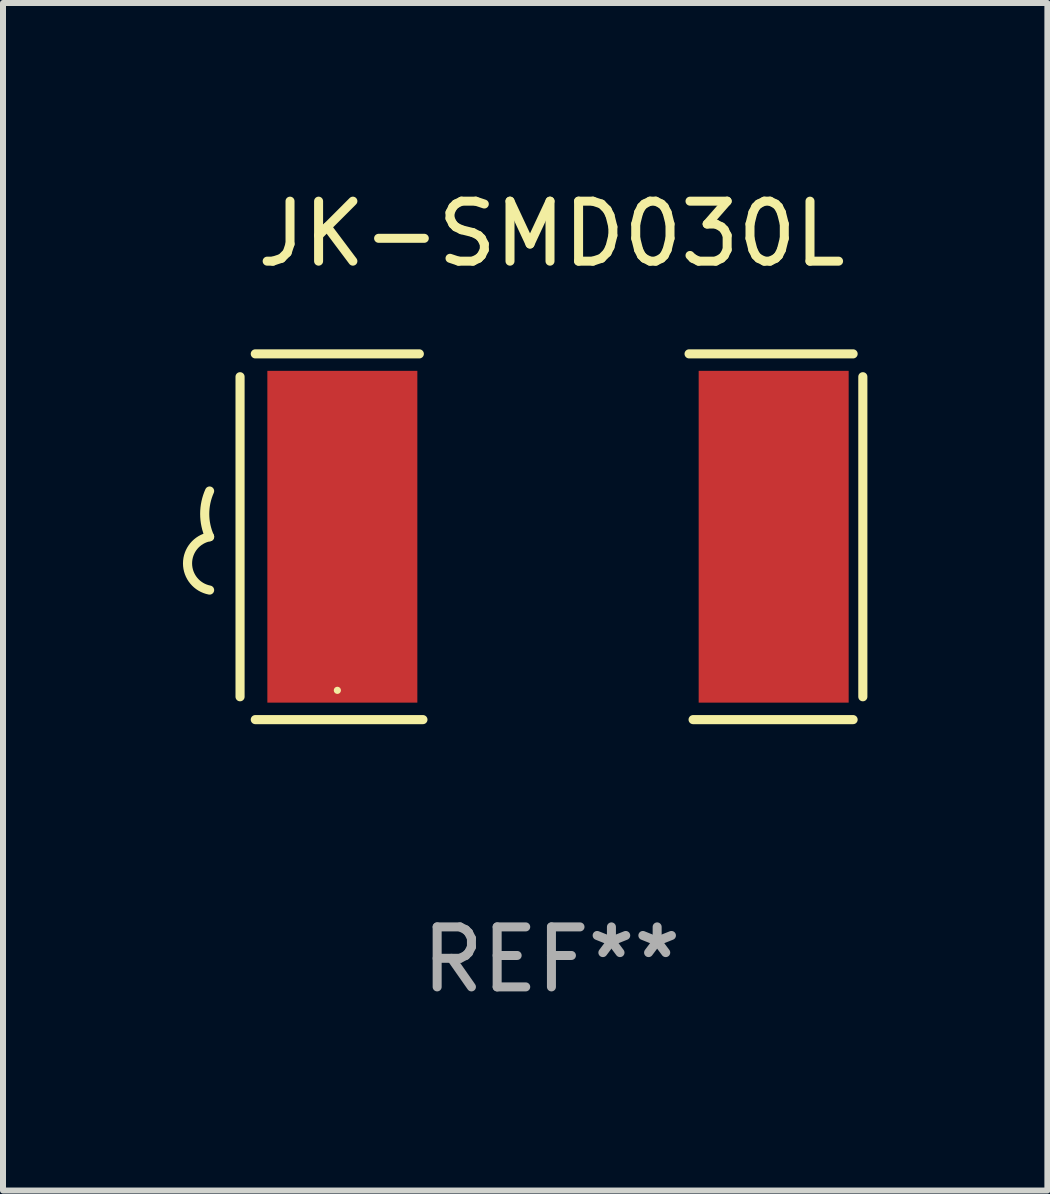
<source format=kicad_pcb>
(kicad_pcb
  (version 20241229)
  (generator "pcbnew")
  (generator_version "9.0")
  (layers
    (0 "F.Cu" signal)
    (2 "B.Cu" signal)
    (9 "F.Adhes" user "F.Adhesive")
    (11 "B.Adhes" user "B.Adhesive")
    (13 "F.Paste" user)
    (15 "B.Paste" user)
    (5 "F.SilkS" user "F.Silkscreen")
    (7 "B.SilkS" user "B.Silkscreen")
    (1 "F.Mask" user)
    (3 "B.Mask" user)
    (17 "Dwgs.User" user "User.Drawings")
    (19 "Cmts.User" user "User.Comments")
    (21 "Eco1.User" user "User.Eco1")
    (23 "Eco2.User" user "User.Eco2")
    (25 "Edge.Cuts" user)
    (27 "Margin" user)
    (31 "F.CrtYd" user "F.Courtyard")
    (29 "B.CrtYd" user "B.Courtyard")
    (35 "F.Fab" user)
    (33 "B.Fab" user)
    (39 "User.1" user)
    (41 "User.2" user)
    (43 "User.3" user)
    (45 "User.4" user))
  (footprint "JK-SMD030L"
    (layer "F.Cu")
    (at 6.141 5.896)
    (property "Reference" "JK-SMD030L" (at 0 -5.048 0) (layer "F.SilkS") (effects (font (size 1 1) (thickness 0.15))))
    (attr through_hole)
    (fp_line (start -5.19 -2.667) (end -5.19 2.667) (stroke (width 0.152) (type solid)) (layer "F.SilkS"))
    (fp_line (start -4.936 -3.048) (end -2.202 -3.048) (stroke (width 0.152) (type solid)) (layer "F.SilkS"))
    (fp_line (start -2.142 3.048) (end -4.936 3.048) (stroke (width 0.152) (type solid)) (layer "F.SilkS"))
    (fp_line (start 2.361 3.048) (end 5.028 3.048) (stroke (width 0.152) (type solid)) (layer "F.SilkS"))
    (fp_line (start 5.028 -3.048) (end 2.294 -3.048) (stroke (width 0.152) (type solid)) (layer "F.SilkS"))
    (fp_line (start 5.19 -2.667) (end 5.19 2.667) (stroke (width 0.152) (type solid)) (layer "F.SilkS"))
    (fp_arc (start -5.697511 0) (mid -5.779147 -0.381001) (end -5.697511 -0.762002) (stroke (width 0.151994) (type solid)) (layer "F.SilkS"))
    (fp_arc (start -5.697511 0.889002) (mid -6.065199 0.444501) (end -5.697511 0) (stroke (width 0.151994) (type solid)) (layer "F.SilkS"))
    (fp_circle (center -3.568 2.56) (end -3.538 2.56) (stroke (width 0.06) (type solid)) (fill no) (layer "F.SilkS"))
    (fp_text user "REF**" (at 0 7.048 0) (layer "F.Fab") (effects (font (size 1 1) (thickness 0.15))))
    (pad "1" smd rect (at -3.485 0) (size 2.5 5.53) (layers "F.Cu" "F.Mask" "F.Paste"))
    (pad "2" smd rect (at 3.704 0) (size 2.5 5.53) (layers "F.Cu" "F.Mask" "F.Paste")))
  (gr_rect
    (start -3 -3)
    (end 14.407 16.793)
    (stroke (width 0.1) (type default))
    (fill no)
    (layer "Edge.Cuts")))
</source>
